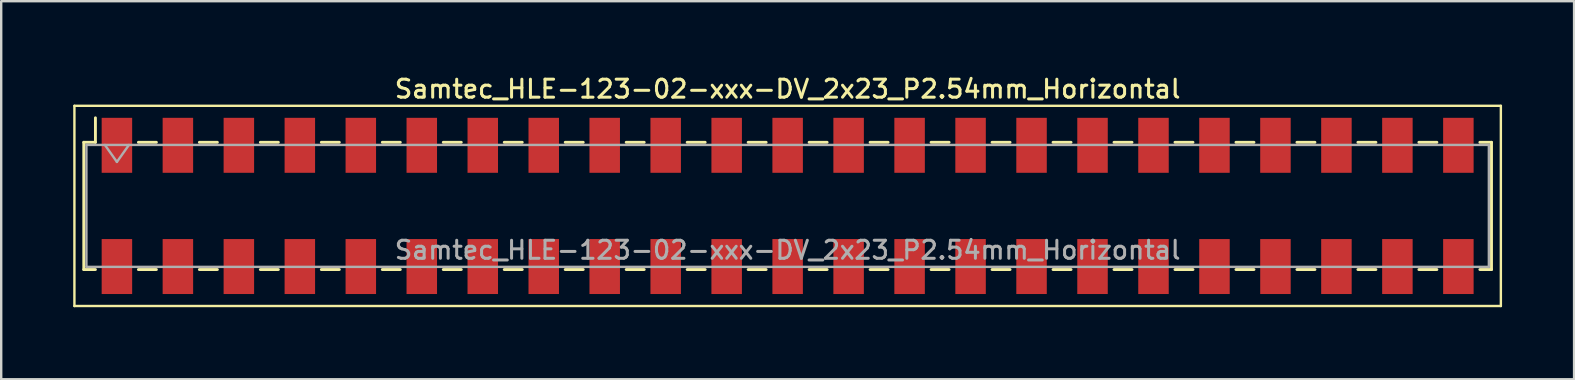
<source format=kicad_pcb>
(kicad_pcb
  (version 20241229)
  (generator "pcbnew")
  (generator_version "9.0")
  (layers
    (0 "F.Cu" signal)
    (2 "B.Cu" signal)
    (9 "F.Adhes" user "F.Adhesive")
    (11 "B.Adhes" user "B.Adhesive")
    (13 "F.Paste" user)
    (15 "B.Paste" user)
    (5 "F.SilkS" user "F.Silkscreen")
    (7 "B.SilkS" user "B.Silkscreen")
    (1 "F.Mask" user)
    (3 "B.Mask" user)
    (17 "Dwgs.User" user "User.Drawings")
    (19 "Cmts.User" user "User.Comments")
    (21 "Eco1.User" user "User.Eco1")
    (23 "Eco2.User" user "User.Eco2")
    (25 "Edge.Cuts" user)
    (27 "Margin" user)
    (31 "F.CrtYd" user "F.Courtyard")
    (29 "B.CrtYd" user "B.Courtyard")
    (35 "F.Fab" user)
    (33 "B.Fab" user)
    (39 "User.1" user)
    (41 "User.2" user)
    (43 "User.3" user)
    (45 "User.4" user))
  (footprint "Samtec_HLE-123-02-xxx-DV_2x23_P2.54mm_Horizontal"
    (layer "F.Cu")
    (at 29.76 5.528)
    (property "Reference" "Samtec_HLE-123-02-xxx-DV_2x23_P2.54mm_Horizontal" (at 0 -4.87 0) (layer "F.SilkS") (effects (font (size 0.75 0.75) (thickness 0.125))))
    (attr smd)
    (fp_line (start -29.71 -4.17) (end 29.71 -4.17) (stroke (width 0.1) (type solid)) (layer "F.SilkS"))
    (fp_line (start -29.71 4.17) (end -29.71 -4.17) (stroke (width 0.1) (type solid)) (layer "F.SilkS"))
    (fp_line (start -29.32 -2.65) (end -29.32 2.65) (stroke (width 0.12) (type solid)) (layer "F.SilkS"))
    (fp_line (start -29.32 2.65) (end -28.835 2.65) (stroke (width 0.12) (type solid)) (layer "F.SilkS"))
    (fp_line (start -28.835 -3.67) (end -28.835 -2.65) (stroke (width 0.12) (type solid)) (layer "F.SilkS"))
    (fp_line (start -28.835 -2.65) (end -29.32 -2.65) (stroke (width 0.12) (type solid)) (layer "F.SilkS"))
    (fp_line (start -27.045 -2.65) (end -26.295 -2.65) (stroke (width 0.12) (type solid)) (layer "F.SilkS"))
    (fp_line (start -27.045 2.65) (end -26.295 2.65) (stroke (width 0.12) (type solid)) (layer "F.SilkS"))
    (fp_line (start -24.505 -2.65) (end -23.755 -2.65) (stroke (width 0.12) (type solid)) (layer "F.SilkS"))
    (fp_line (start -24.505 2.65) (end -23.755 2.65) (stroke (width 0.12) (type solid)) (layer "F.SilkS"))
    (fp_line (start -21.965 -2.65) (end -21.215 -2.65) (stroke (width 0.12) (type solid)) (layer "F.SilkS"))
    (fp_line (start -21.965 2.65) (end -21.215 2.65) (stroke (width 0.12) (type solid)) (layer "F.SilkS"))
    (fp_line (start -19.425 -2.65) (end -18.675 -2.65) (stroke (width 0.12) (type solid)) (layer "F.SilkS"))
    (fp_line (start -19.425 2.65) (end -18.675 2.65) (stroke (width 0.12) (type solid)) (layer "F.SilkS"))
    (fp_line (start -16.885 -2.65) (end -16.135 -2.65) (stroke (width 0.12) (type solid)) (layer "F.SilkS"))
    (fp_line (start -16.885 2.65) (end -16.135 2.65) (stroke (width 0.12) (type solid)) (layer "F.SilkS"))
    (fp_line (start -14.345 -2.65) (end -13.595 -2.65) (stroke (width 0.12) (type solid)) (layer "F.SilkS"))
    (fp_line (start -14.345 2.65) (end -13.595 2.65) (stroke (width 0.12) (type solid)) (layer "F.SilkS"))
    (fp_line (start -11.805 -2.65) (end -11.055 -2.65) (stroke (width 0.12) (type solid)) (layer "F.SilkS"))
    (fp_line (start -11.805 2.65) (end -11.055 2.65) (stroke (width 0.12) (type solid)) (layer "F.SilkS"))
    (fp_line (start -9.265 -2.65) (end -8.515 -2.65) (stroke (width 0.12) (type solid)) (layer "F.SilkS"))
    (fp_line (start -9.265 2.65) (end -8.515 2.65) (stroke (width 0.12) (type solid)) (layer "F.SilkS"))
    (fp_line (start -6.725 -2.65) (end -5.975 -2.65) (stroke (width 0.12) (type solid)) (layer "F.SilkS"))
    (fp_line (start -6.725 2.65) (end -5.975 2.65) (stroke (width 0.12) (type solid)) (layer "F.SilkS"))
    (fp_line (start -4.185 -2.65) (end -3.435 -2.65) (stroke (width 0.12) (type solid)) (layer "F.SilkS"))
    (fp_line (start -4.185 2.65) (end -3.435 2.65) (stroke (width 0.12) (type solid)) (layer "F.SilkS"))
    (fp_line (start -1.645 -2.65) (end -0.895 -2.65) (stroke (width 0.12) (type solid)) (layer "F.SilkS"))
    (fp_line (start -1.645 2.65) (end -0.895 2.65) (stroke (width 0.12) (type solid)) (layer "F.SilkS"))
    (fp_line (start 0.895 -2.65) (end 1.645 -2.65) (stroke (width 0.12) (type solid)) (layer "F.SilkS"))
    (fp_line (start 0.895 2.65) (end 1.645 2.65) (stroke (width 0.12) (type solid)) (layer "F.SilkS"))
    (fp_line (start 3.435 -2.65) (end 4.185 -2.65) (stroke (width 0.12) (type solid)) (layer "F.SilkS"))
    (fp_line (start 3.435 2.65) (end 4.185 2.65) (stroke (width 0.12) (type solid)) (layer "F.SilkS"))
    (fp_line (start 5.975 -2.65) (end 6.725 -2.65) (stroke (width 0.12) (type solid)) (layer "F.SilkS"))
    (fp_line (start 5.975 2.65) (end 6.725 2.65) (stroke (width 0.12) (type solid)) (layer "F.SilkS"))
    (fp_line (start 8.515 -2.65) (end 9.265 -2.65) (stroke (width 0.12) (type solid)) (layer "F.SilkS"))
    (fp_line (start 8.515 2.65) (end 9.265 2.65) (stroke (width 0.12) (type solid)) (layer "F.SilkS"))
    (fp_line (start 11.055 -2.65) (end 11.805 -2.65) (stroke (width 0.12) (type solid)) (layer "F.SilkS"))
    (fp_line (start 11.055 2.65) (end 11.805 2.65) (stroke (width 0.12) (type solid)) (layer "F.SilkS"))
    (fp_line (start 13.595 -2.65) (end 14.345 -2.65) (stroke (width 0.12) (type solid)) (layer "F.SilkS"))
    (fp_line (start 13.595 2.65) (end 14.345 2.65) (stroke (width 0.12) (type solid)) (layer "F.SilkS"))
    (fp_line (start 16.135 -2.65) (end 16.885 -2.65) (stroke (width 0.12) (type solid)) (layer "F.SilkS"))
    (fp_line (start 16.135 2.65) (end 16.885 2.65) (stroke (width 0.12) (type solid)) (layer "F.SilkS"))
    (fp_line (start 18.675 -2.65) (end 19.425 -2.65) (stroke (width 0.12) (type solid)) (layer "F.SilkS"))
    (fp_line (start 18.675 2.65) (end 19.425 2.65) (stroke (width 0.12) (type solid)) (layer "F.SilkS"))
    (fp_line (start 21.215 -2.65) (end 21.965 -2.65) (stroke (width 0.12) (type solid)) (layer "F.SilkS"))
    (fp_line (start 21.215 2.65) (end 21.965 2.65) (stroke (width 0.12) (type solid)) (layer "F.SilkS"))
    (fp_line (start 23.755 -2.65) (end 24.505 -2.65) (stroke (width 0.12) (type solid)) (layer "F.SilkS"))
    (fp_line (start 23.755 2.65) (end 24.505 2.65) (stroke (width 0.12) (type solid)) (layer "F.SilkS"))
    (fp_line (start 26.295 -2.65) (end 27.045 -2.65) (stroke (width 0.12) (type solid)) (layer "F.SilkS"))
    (fp_line (start 26.295 2.65) (end 27.045 2.65) (stroke (width 0.12) (type solid)) (layer "F.SilkS"))
    (fp_line (start 28.835 -2.65) (end 29.32 -2.65) (stroke (width 0.12) (type solid)) (layer "F.SilkS"))
    (fp_line (start 29.32 -2.65) (end 29.32 2.65) (stroke (width 0.12) (type solid)) (layer "F.SilkS"))
    (fp_line (start 29.32 2.65) (end 28.835 2.65) (stroke (width 0.12) (type solid)) (layer "F.SilkS"))
    (fp_line (start 29.71 -4.17) (end 29.71 4.17) (stroke (width 0.1) (type solid)) (layer "F.SilkS"))
    (fp_line (start 29.71 4.17) (end -29.71 4.17) (stroke (width 0.1) (type solid)) (layer "F.SilkS"))
    (fp_line (start -29.21 -2.54) (end 29.21 -2.54) (stroke (width 0.1) (type solid)) (layer "F.Fab"))
    (fp_line (start -29.21 2.54) (end -29.21 -2.54) (stroke (width 0.1) (type solid)) (layer "F.Fab"))
    (fp_line (start -28.44 -2.54) (end -27.94 -1.833) (stroke (width 0.1) (type solid)) (layer "F.Fab"))
    (fp_line (start -27.94 -1.833) (end -27.44 -2.54) (stroke (width 0.1) (type solid)) (layer "F.Fab"))
    (fp_line (start 29.21 -2.54) (end 29.21 2.54) (stroke (width 0.1) (type solid)) (layer "F.Fab"))
    (fp_line (start 29.21 2.54) (end -29.21 2.54) (stroke (width 0.1) (type solid)) (layer "F.Fab"))
    (fp_text user "${REFERENCE}" (at 0 1.84 0) (layer "F.Fab") (effects (font (size 0.75 0.75) (thickness 0.125))))
    (pad "1" smd rect (at -27.94 -2.525) (size 1.27 2.29) (layers "F.Cu" "F.Mask" "F.Paste"))
    (pad "2" smd rect (at -27.94 2.525) (size 1.27 2.29) (layers "F.Cu" "F.Mask" "F.Paste"))
    (pad "3" smd rect (at -25.4 -2.525) (size 1.27 2.29) (layers "F.Cu" "F.Mask" "F.Paste"))
    (pad "4" smd rect (at -25.4 2.525) (size 1.27 2.29) (layers "F.Cu" "F.Mask" "F.Paste"))
    (pad "5" smd rect (at -22.86 -2.525) (size 1.27 2.29) (layers "F.Cu" "F.Mask" "F.Paste"))
    (pad "6" smd rect (at -22.86 2.525) (size 1.27 2.29) (layers "F.Cu" "F.Mask" "F.Paste"))
    (pad "7" smd rect (at -20.32 -2.525) (size 1.27 2.29) (layers "F.Cu" "F.Mask" "F.Paste"))
    (pad "8" smd rect (at -20.32 2.525) (size 1.27 2.29) (layers "F.Cu" "F.Mask" "F.Paste"))
    (pad "9" smd rect (at -17.78 -2.525) (size 1.27 2.29) (layers "F.Cu" "F.Mask" "F.Paste"))
    (pad "10" smd rect (at -17.78 2.525) (size 1.27 2.29) (layers "F.Cu" "F.Mask" "F.Paste"))
    (pad "11" smd rect (at -15.24 -2.525) (size 1.27 2.29) (layers "F.Cu" "F.Mask" "F.Paste"))
    (pad "12" smd rect (at -15.24 2.525) (size 1.27 2.29) (layers "F.Cu" "F.Mask" "F.Paste"))
    (pad "13" smd rect (at -12.7 -2.525) (size 1.27 2.29) (layers "F.Cu" "F.Mask" "F.Paste"))
    (pad "14" smd rect (at -12.7 2.525) (size 1.27 2.29) (layers "F.Cu" "F.Mask" "F.Paste"))
    (pad "15" smd rect (at -10.16 -2.525) (size 1.27 2.29) (layers "F.Cu" "F.Mask" "F.Paste"))
    (pad "16" smd rect (at -10.16 2.525) (size 1.27 2.29) (layers "F.Cu" "F.Mask" "F.Paste"))
    (pad "17" smd rect (at -7.62 -2.525) (size 1.27 2.29) (layers "F.Cu" "F.Mask" "F.Paste"))
    (pad "18" smd rect (at -7.62 2.525) (size 1.27 2.29) (layers "F.Cu" "F.Mask" "F.Paste"))
    (pad "19" smd rect (at -5.08 -2.525) (size 1.27 2.29) (layers "F.Cu" "F.Mask" "F.Paste"))
    (pad "20" smd rect (at -5.08 2.525) (size 1.27 2.29) (layers "F.Cu" "F.Mask" "F.Paste"))
    (pad "21" smd rect (at -2.54 -2.525) (size 1.27 2.29) (layers "F.Cu" "F.Mask" "F.Paste"))
    (pad "22" smd rect (at -2.54 2.525) (size 1.27 2.29) (layers "F.Cu" "F.Mask" "F.Paste"))
    (pad "23" smd rect (at 0 -2.525) (size 1.27 2.29) (layers "F.Cu" "F.Mask" "F.Paste"))
    (pad "24" smd rect (at 0 2.525) (size 1.27 2.29) (layers "F.Cu" "F.Mask" "F.Paste"))
    (pad "25" smd rect (at 2.54 -2.525) (size 1.27 2.29) (layers "F.Cu" "F.Mask" "F.Paste"))
    (pad "26" smd rect (at 2.54 2.525) (size 1.27 2.29) (layers "F.Cu" "F.Mask" "F.Paste"))
    (pad "27" smd rect (at 5.08 -2.525) (size 1.27 2.29) (layers "F.Cu" "F.Mask" "F.Paste"))
    (pad "28" smd rect (at 5.08 2.525) (size 1.27 2.29) (layers "F.Cu" "F.Mask" "F.Paste"))
    (pad "29" smd rect (at 7.62 -2.525) (size 1.27 2.29) (layers "F.Cu" "F.Mask" "F.Paste"))
    (pad "30" smd rect (at 7.62 2.525) (size 1.27 2.29) (layers "F.Cu" "F.Mask" "F.Paste"))
    (pad "31" smd rect (at 10.16 -2.525) (size 1.27 2.29) (layers "F.Cu" "F.Mask" "F.Paste"))
    (pad "32" smd rect (at 10.16 2.525) (size 1.27 2.29) (layers "F.Cu" "F.Mask" "F.Paste"))
    (pad "33" smd rect (at 12.7 -2.525) (size 1.27 2.29) (layers "F.Cu" "F.Mask" "F.Paste"))
    (pad "34" smd rect (at 12.7 2.525) (size 1.27 2.29) (layers "F.Cu" "F.Mask" "F.Paste"))
    (pad "35" smd rect (at 15.24 -2.525) (size 1.27 2.29) (layers "F.Cu" "F.Mask" "F.Paste"))
    (pad "36" smd rect (at 15.24 2.525) (size 1.27 2.29) (layers "F.Cu" "F.Mask" "F.Paste"))
    (pad "37" smd rect (at 17.78 -2.525) (size 1.27 2.29) (layers "F.Cu" "F.Mask" "F.Paste"))
    (pad "38" smd rect (at 17.78 2.525) (size 1.27 2.29) (layers "F.Cu" "F.Mask" "F.Paste"))
    (pad "39" smd rect (at 20.32 -2.525) (size 1.27 2.29) (layers "F.Cu" "F.Mask" "F.Paste"))
    (pad "40" smd rect (at 20.32 2.525) (size 1.27 2.29) (layers "F.Cu" "F.Mask" "F.Paste"))
    (pad "41" smd rect (at 22.86 -2.525) (size 1.27 2.29) (layers "F.Cu" "F.Mask" "F.Paste"))
    (pad "42" smd rect (at 22.86 2.525) (size 1.27 2.29) (layers "F.Cu" "F.Mask" "F.Paste"))
    (pad "43" smd rect (at 25.4 -2.525) (size 1.27 2.29) (layers "F.Cu" "F.Mask" "F.Paste"))
    (pad "44" smd rect (at 25.4 2.525) (size 1.27 2.29) (layers "F.Cu" "F.Mask" "F.Paste"))
    (pad "45" smd rect (at 27.94 -2.525) (size 1.27 2.29) (layers "F.Cu" "F.Mask" "F.Paste"))
    (pad "46" smd rect (at 27.94 2.525) (size 1.27 2.29) (layers "F.Cu" "F.Mask" "F.Paste")))
  (gr_rect
    (start -3 -3)
    (end 62.52 12.748)
    (stroke (width 0.1) (type default))
    (fill no)
    (layer "Edge.Cuts")))
</source>
